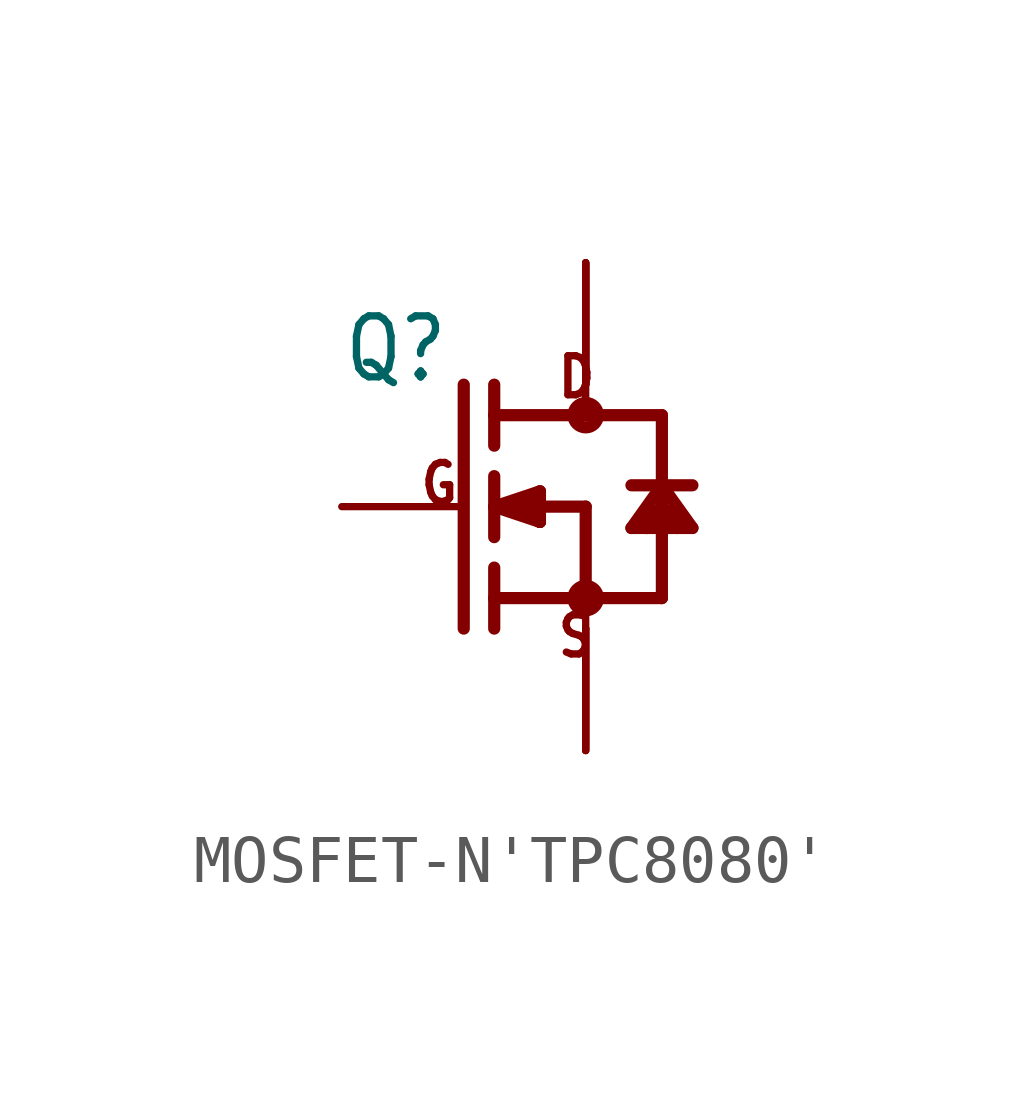
<source format=kicad_sym>
(kicad_symbol_lib
  (version 20220914)
  (generator kicad_symbol_editor)
  (symbol "MOSFET-N'TPC8080'"
    (property "Reference" "Q"
      (at -5.08 2.54 0)
      (effects (font (size 1.27 1.079)) (justify left bottom)))
    (property "Value" ""
      (at -5.08 1.27 0)
      (effects (font (size 1.27 1.079)) (justify left bottom)))
    (property "ki_locked" ""
      (at 0 0 0)
      (effects (font (size 1.27 1.27))))
    (symbol "MOSFET-N'TPC8080'_1_0"
      (circle (center 0 -1.905) (radius 0.254) (stroke (width 0.254) (type solid)) (fill (type none)))
      (polyline (pts (xy -2.54 2.54) (xy -2.54 -2.54)) (stroke (width 0.254) (type solid)) (fill (type none)))
      (polyline (pts (xy -1.905 -2.54) (xy -1.905 -1.905)) (stroke (width 0.254) (type solid)) (fill (type none)))
      (polyline (pts (xy -1.905 -1.905) (xy -1.905 -1.27)) (stroke (width 0.254) (type solid)) (fill (type none)))
      (polyline (pts (xy -1.905 -1.905) (xy 0 -1.905)) (stroke (width 0.254) (type solid)) (fill (type none)))
      (polyline (pts (xy -1.905 0) (xy -1.905 -0.635)) (stroke (width 0.254) (type solid)) (fill (type none)))
      (polyline (pts (xy -1.905 0) (xy -0.953 -0.318)) (stroke (width 0.254) (type solid)) (fill (type none)))
      (polyline (pts (xy -1.905 0) (xy -0.953 0.318)) (stroke (width 0.254) (type solid)) (fill (type none)))
      (polyline (pts (xy -1.905 0.635) (xy -1.905 0)) (stroke (width 0.254) (type solid)) (fill (type none)))
      (polyline (pts (xy -1.905 1.905) (xy -1.905 1.27)) (stroke (width 0.254) (type solid)) (fill (type none)))
      (polyline (pts (xy -1.905 1.905) (xy 0 1.905)) (stroke (width 0.254) (type solid)) (fill (type none)))
      (polyline (pts (xy -1.905 2.54) (xy -1.905 1.905)) (stroke (width 0.254) (type solid)) (fill (type none)))
      (polyline (pts (xy -1.587 0) (xy -0.953 -0.318)) (stroke (width 0.254) (type solid)) (fill (type none)))
      (polyline (pts (xy -0.953 -0.318) (xy -1.397 0.127)) (stroke (width 0.254) (type solid)) (fill (type none)))
      (polyline (pts (xy -0.953 -0.318) (xy -0.953 0.318)) (stroke (width 0.254) (type solid)) (fill (type none)))
      (polyline (pts (xy -0.953 0.318) (xy -1.587 0)) (stroke (width 0.254) (type solid)) (fill (type none)))
      (polyline (pts (xy 0 -1.905) (xy 0 -2.54)) (stroke (width 0.152) (type solid)) (fill (type none)))
      (polyline (pts (xy 0 0) (xy -1.587 0)) (stroke (width 0.254) (type solid)) (fill (type none)))
      (polyline (pts (xy 0 0) (xy 0 -1.905)) (stroke (width 0.254) (type solid)) (fill (type none)))
      (polyline (pts (xy 0 1.905) (xy 1.587 1.905)) (stroke (width 0.254) (type solid)) (fill (type none)))
      (polyline (pts (xy 0 2.54) (xy 0 1.905)) (stroke (width 0.152) (type solid)) (fill (type none)))
      (polyline (pts (xy 0.953 -0.445) (xy 1.587 0.445)) (stroke (width 0.254) (type solid)) (fill (type none)))
      (polyline (pts (xy 1.27 -0.445) (xy 0.953 -0.445)) (stroke (width 0.254) (type solid)) (fill (type none)))
      (polyline (pts (xy 1.587 -1.905) (xy 0 -1.905)) (stroke (width 0.254) (type solid)) (fill (type none)))
      (polyline (pts (xy 1.587 -1.905) (xy 1.587 0)) (stroke (width 0.254) (type solid)) (fill (type none)))
      (polyline (pts (xy 1.587 0) (xy 1.27 -0.445)) (stroke (width 0.254) (type solid)) (fill (type none)))
      (polyline (pts (xy 1.587 0) (xy 1.27 -0.318)) (stroke (width 0.254) (type solid)) (fill (type none)))
      (polyline (pts (xy 1.587 0) (xy 1.587 0.445)) (stroke (width 0.254) (type solid)) (fill (type none)))
      (polyline (pts (xy 1.587 0.445) (xy 0.953 0.445)) (stroke (width 0.254) (type solid)) (fill (type none)))
      (polyline (pts (xy 1.587 0.445) (xy 1.587 1.905)) (stroke (width 0.254) (type solid)) (fill (type none)))
      (polyline (pts (xy 1.587 0.445) (xy 2.223 -0.445)) (stroke (width 0.254) (type solid)) (fill (type none)))
      (polyline (pts (xy 1.905 -0.445) (xy 1.27 -0.445)) (stroke (width 0.254) (type solid)) (fill (type none)))
      (polyline (pts (xy 1.905 -0.445) (xy 1.587 0)) (stroke (width 0.254) (type solid)) (fill (type none)))
      (polyline (pts (xy 1.905 -0.318) (xy 1.587 0)) (stroke (width 0.254) (type solid)) (fill (type none)))
      (polyline (pts (xy 2.223 -0.445) (xy 1.905 -0.445)) (stroke (width 0.254) (type solid)) (fill (type none)))
      (polyline (pts (xy 2.223 0.445) (xy 1.587 0.445)) (stroke (width 0.254) (type solid)) (fill (type none)))
      (circle (center 0 1.905) (radius 0.254) (stroke (width 0.254) (type solid)) (fill (type none)))
      (text "D" (at -0.635 2.223 0) (effects (font (size 0.813 0.691)) (justify left bottom)))
      (text "G" (at -3.493 0 0) (effects (font (size 0.813 0.691)) (justify left bottom)))
      (text "S" (at -0.635 -3.175 0) (effects (font (size 0.813 0.691)) (justify left bottom)))
      (pin passive line (at 0 -5.08 90) (length 2.54) (name "S" (effects (font (size 0 0)))) (number "1" (effects (font (size 0 0)))))
      (pin passive line (at 0 -5.08 90) (length 2.54) (name "S" (effects (font (size 0 0)))) (number "2" (effects (font (size 0 0)))))
      (pin passive line (at 0 -5.08 90) (length 2.54) (name "S" (effects (font (size 0 0)))) (number "3" (effects (font (size 0 0)))))
      (pin passive line (at -5.08 0 0) (length 2.54) (name "G" (effects (font (size 0 0)))) (number "4" (effects (font (size 0 0)))))
      (pin passive line (at 0 5.08 270) (length 2.54) (name "D" (effects (font (size 0 0)))) (number "5" (effects (font (size 0 0)))))
      (pin passive line (at 0 5.08 270) (length 2.54) (name "D" (effects (font (size 0 0)))) (number "6" (effects (font (size 0 0)))))
      (pin passive line (at 0 5.08 270) (length 2.54) (name "D" (effects (font (size 0 0)))) (number "7" (effects (font (size 0 0)))))
      (pin passive line (at 0 5.08 270) (length 2.54) (name "D" (effects (font (size 0 0)))) (number "8" (effects (font (size 0 0))))))))
</source>
